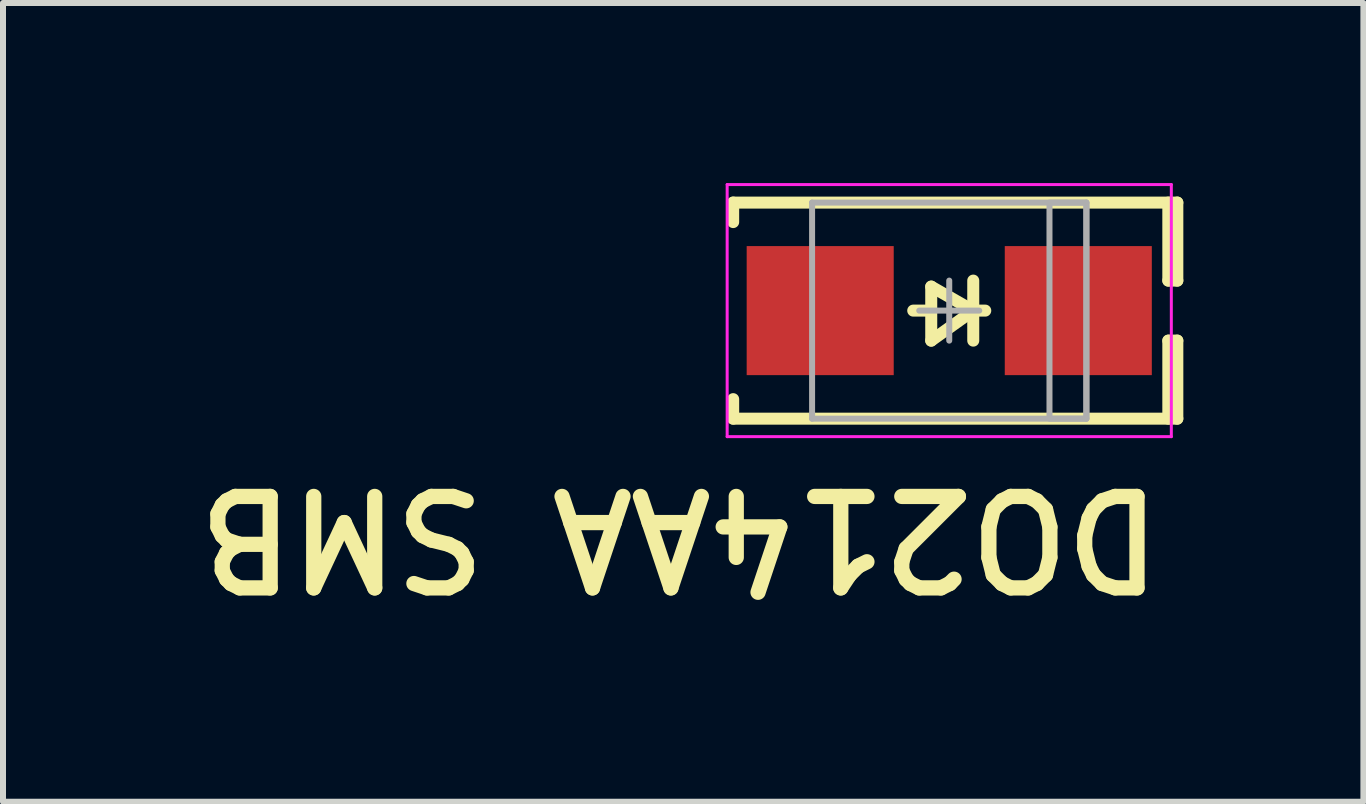
<source format=kicad_pcb>
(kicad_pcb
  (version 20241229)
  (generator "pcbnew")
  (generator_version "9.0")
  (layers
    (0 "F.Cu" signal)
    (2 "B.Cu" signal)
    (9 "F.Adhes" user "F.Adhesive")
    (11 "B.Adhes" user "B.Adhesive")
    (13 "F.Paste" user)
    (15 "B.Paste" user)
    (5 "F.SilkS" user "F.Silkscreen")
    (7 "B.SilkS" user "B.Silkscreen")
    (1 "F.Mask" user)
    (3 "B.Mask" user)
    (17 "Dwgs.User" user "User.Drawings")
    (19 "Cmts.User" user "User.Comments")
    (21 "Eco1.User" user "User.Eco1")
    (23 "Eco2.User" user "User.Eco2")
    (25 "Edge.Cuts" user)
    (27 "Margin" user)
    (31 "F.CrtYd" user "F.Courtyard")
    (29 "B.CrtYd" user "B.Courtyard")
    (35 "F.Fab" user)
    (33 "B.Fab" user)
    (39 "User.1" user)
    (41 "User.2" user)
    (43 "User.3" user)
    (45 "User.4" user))
  (footprint "DO214AA SMB"
    (layer "F.Cu")
    (at 12.765 2.125)
    (property "Reference" "DO214AA SMB" (at 3.658 2.896 180) (unlocked yes) (layer "F.SilkS") (effects (font (size 1.524 1.524) (thickness 0.254)) (justify left bottom)))
    (fp_line (start -3.6 -1.8) (end -3.6 -1.475) (stroke (width 0.2) (type solid)) (layer "F.SilkS"))
    (fp_line (start -3.6 -1.8) (end 3.8 -1.8) (stroke (width 0.2) (type solid)) (layer "F.SilkS"))
    (fp_line (start -3.6 1.475) (end -3.6 1.8) (stroke (width 0.2) (type solid)) (layer "F.SilkS"))
    (fp_line (start -3.6 1.8) (end 3.8 1.8) (stroke (width 0.2) (type solid)) (layer "F.SilkS"))
    (fp_line (start -0.6 0) (end -0.3 0) (stroke (width 0.2) (type solid)) (layer "F.SilkS"))
    (fp_line (start -0.3 -0.4) (end -0.3 0.5) (stroke (width 0.2) (type solid)) (layer "F.SilkS"))
    (fp_line (start -0.3 -0.4) (end 0.4 0) (stroke (width 0.2) (type solid)) (layer "F.SilkS"))
    (fp_line (start -0.3 0.5) (end 0.4 0) (stroke (width 0.2) (type solid)) (layer "F.SilkS"))
    (fp_line (start 0.4 -0.5) (end 0.4 0.5) (stroke (width 0.2) (type solid)) (layer "F.SilkS"))
    (fp_line (start 0.4 0) (end 0.6 0) (stroke (width 0.2) (type solid)) (layer "F.SilkS"))
    (fp_line (start 3.65 -1.8) (end 3.65 -0.5) (stroke (width 0.2) (type solid)) (layer "F.SilkS"))
    (fp_line (start 3.65 -0.5) (end 3.8 -0.5) (stroke (width 0.2) (type solid)) (layer "F.SilkS"))
    (fp_line (start 3.65 0.5) (end 3.65 1.8) (stroke (width 0.2) (type solid)) (layer "F.SilkS"))
    (fp_line (start 3.65 0.5) (end 3.8 0.5) (stroke (width 0.2) (type solid)) (layer "F.SilkS"))
    (fp_line (start 3.8 -1.8) (end 3.8 -0.5) (stroke (width 0.2) (type solid)) (layer "F.SilkS"))
    (fp_line (start 3.8 0.5) (end 3.8 1.8) (stroke (width 0.2) (type solid)) (layer "F.SilkS"))
    (fp_line (start -3.7 -2.1) (end -3.7 2.1) (stroke (width 0.05) (type solid)) (layer "F.CrtYd"))
    (fp_line (start -3.7 -2.1) (end 3.7 -2.1) (stroke (width 0.05) (type solid)) (layer "F.CrtYd"))
    (fp_line (start -3.7 2.1) (end 3.7 2.1) (stroke (width 0.05) (type solid)) (layer "F.CrtYd"))
    (fp_line (start 3.7 -2.1) (end 3.7 2.1) (stroke (width 0.05) (type solid)) (layer "F.CrtYd"))
    (fp_line (start -2.285 -1.8) (end -2.285 1.8) (stroke (width 0.1) (type solid)) (layer "F.Fab"))
    (fp_line (start -2.285 -1.8) (end 2.285 -1.8) (stroke (width 0.1) (type solid)) (layer "F.Fab"))
    (fp_line (start -2.285 1.8) (end 2.285 1.8) (stroke (width 0.1) (type solid)) (layer "F.Fab"))
    (fp_line (start -0.5 0) (end 0.5 0) (stroke (width 0.1) (type solid)) (layer "F.Fab"))
    (fp_line (start 0 -0.5) (end 0 0.5) (stroke (width 0.1) (type solid)) (layer "F.Fab"))
    (fp_line (start 2.285 -1.8) (end 2.285 1.8) (stroke (width 0.1) (type solid)) (layer "F.Fab"))
    (fp_rect (start 1.67 -1.8) (end 2.285 1.8) (stroke (width 0.1) (type default)) (fill no) (layer "F.Fab"))
    (pad "1" smd rect (at -2.15 0 90) (size 2.15 2.45) (layers "F.Cu" "F.Mask" "F.Paste"))
    (pad "2" smd rect (at 2.15 0 90) (size 2.15 2.45) (layers "F.Cu" "F.Mask" "F.Paste")))
  (gr_rect
    (start -3 -3)
    (end 19.665 10.307)
    (stroke (width 0.1) (type default))
    (fill no)
    (layer "Edge.Cuts")))
</source>
